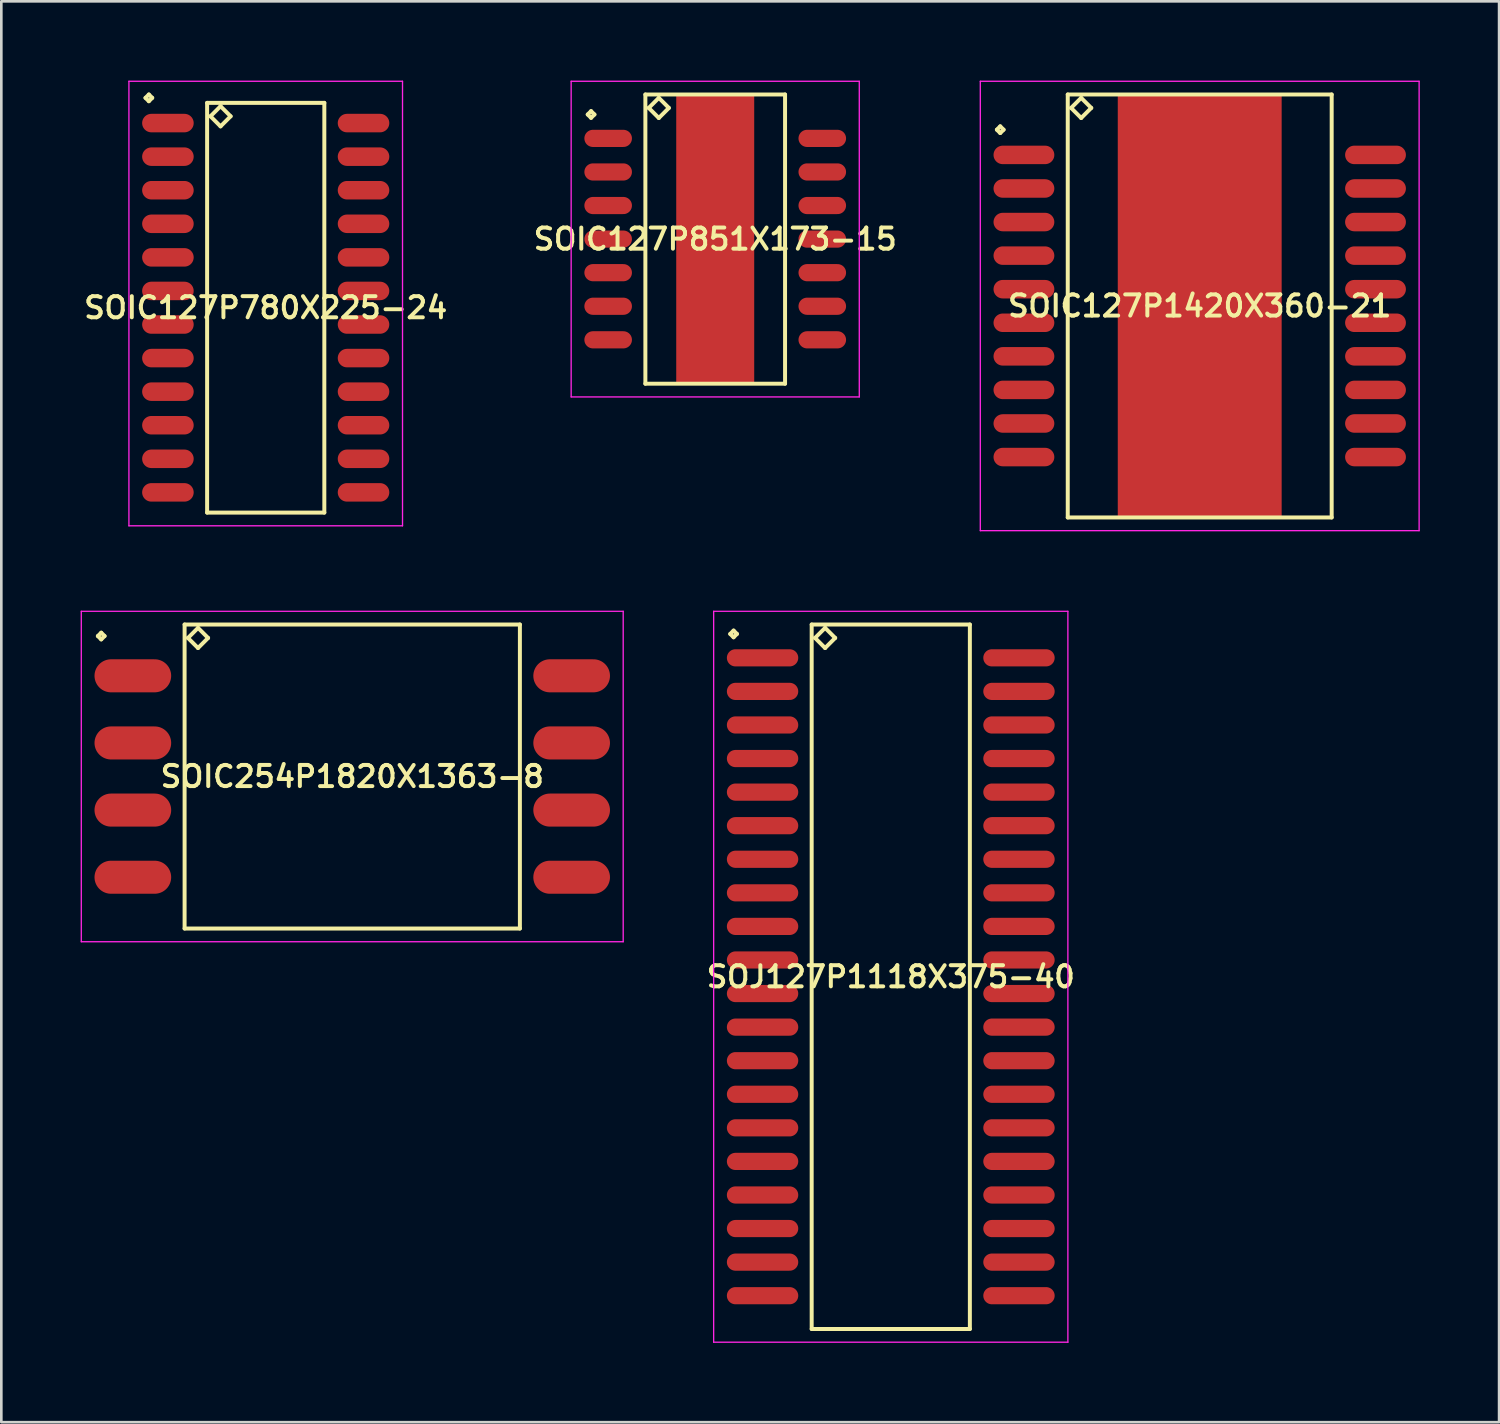
<source format=kicad_pcb>
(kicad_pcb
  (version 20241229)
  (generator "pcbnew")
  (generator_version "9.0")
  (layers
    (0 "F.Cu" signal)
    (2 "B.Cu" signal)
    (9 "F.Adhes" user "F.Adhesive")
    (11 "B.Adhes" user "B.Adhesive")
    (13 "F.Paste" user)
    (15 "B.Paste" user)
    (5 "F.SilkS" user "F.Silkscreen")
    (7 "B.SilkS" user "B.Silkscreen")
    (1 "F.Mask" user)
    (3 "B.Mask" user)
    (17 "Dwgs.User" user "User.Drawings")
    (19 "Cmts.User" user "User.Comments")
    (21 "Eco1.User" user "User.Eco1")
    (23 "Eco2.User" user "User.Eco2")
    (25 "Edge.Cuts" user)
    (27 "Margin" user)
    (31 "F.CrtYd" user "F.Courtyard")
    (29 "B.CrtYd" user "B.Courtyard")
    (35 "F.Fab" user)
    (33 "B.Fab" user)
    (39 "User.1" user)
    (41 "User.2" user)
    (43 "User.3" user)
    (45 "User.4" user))
  (footprint "SOIC127P1420X360-21"
    (layer "F.Cu")
    (at 42.334 8.525)
    (property "Reference" "SOIC127P1420X360-21" (at 0 0 0) (layer "F.SilkS") (effects (font (size 0.8 0.8) (thickness 0.15))))
    (attr smd)
    (fp_line (start -7.673 -6.669) (end -7.546 -6.796) (stroke (width 0.15) (type solid)) (layer "F.SilkS"))
    (fp_line (start -7.546 -6.796) (end -7.419 -6.669) (stroke (width 0.15) (type solid)) (layer "F.SilkS"))
    (fp_line (start -7.546 -6.542) (end -7.673 -6.669) (stroke (width 0.15) (type solid)) (layer "F.SilkS"))
    (fp_line (start -7.419 -6.669) (end -7.546 -6.542) (stroke (width 0.15) (type solid)) (layer "F.SilkS"))
    (fp_line (start -4.992 -8) (end -4.992 8) (stroke (width 0.15) (type solid)) (layer "F.SilkS"))
    (fp_line (start -4.992 8) (end 4.992 8) (stroke (width 0.15) (type solid)) (layer "F.SilkS"))
    (fp_line (start -4.865 -7.492) (end -4.484 -7.873) (stroke (width 0.15) (type solid)) (layer "F.SilkS"))
    (fp_line (start -4.484 -7.873) (end -4.103 -7.492) (stroke (width 0.15) (type solid)) (layer "F.SilkS"))
    (fp_line (start -4.484 -7.111) (end -4.865 -7.492) (stroke (width 0.15) (type solid)) (layer "F.SilkS"))
    (fp_line (start -4.103 -7.492) (end -4.484 -7.111) (stroke (width 0.15) (type solid)) (layer "F.SilkS"))
    (fp_line (start 4.992 -8) (end -4.992 -8) (stroke (width 0.15) (type solid)) (layer "F.SilkS"))
    (fp_line (start 4.992 8) (end 4.992 -8) (stroke (width 0.15) (type solid)) (layer "F.SilkS"))
    (fp_line (start -8.3 -8.5) (end 8.3 -8.5) (stroke (width 0.05) (type solid)) (layer "F.CrtYd"))
    (fp_line (start -8.3 8.5) (end -8.3 -8.5) (stroke (width 0.05) (type solid)) (layer "F.CrtYd"))
    (fp_line (start 8.3 -8.5) (end 8.3 8.5) (stroke (width 0.05) (type solid)) (layer "F.CrtYd"))
    (fp_line (start 8.3 8.5) (end -8.3 8.5) (stroke (width 0.05) (type solid)) (layer "F.CrtYd"))
    (pad "1" smd oval (at -6.65 -5.715) (size 2.3 0.7) (layers "F.Cu" "F.Mask" "F.Paste"))
    (pad "2" smd oval (at -6.65 -4.445) (size 2.3 0.7) (layers "F.Cu" "F.Mask" "F.Paste"))
    (pad "3" smd oval (at -6.65 -3.175) (size 2.3 0.7) (layers "F.Cu" "F.Mask" "F.Paste"))
    (pad "4" smd oval (at -6.65 -1.905) (size 2.3 0.7) (layers "F.Cu" "F.Mask" "F.Paste"))
    (pad "5" smd oval (at -6.65 -0.635) (size 2.3 0.7) (layers "F.Cu" "F.Mask" "F.Paste"))
    (pad "6" smd oval (at -6.65 0.635) (size 2.3 0.7) (layers "F.Cu" "F.Mask" "F.Paste"))
    (pad "7" smd oval (at -6.65 1.905) (size 2.3 0.7) (layers "F.Cu" "F.Mask" "F.Paste"))
    (pad "8" smd oval (at -6.65 3.175) (size 2.3 0.7) (layers "F.Cu" "F.Mask" "F.Paste"))
    (pad "9" smd oval (at -6.65 4.445) (size 2.3 0.7) (layers "F.Cu" "F.Mask" "F.Paste"))
    (pad "10" smd oval (at -6.65 5.715) (size 2.3 0.7) (layers "F.Cu" "F.Mask" "F.Paste"))
    (pad "11" smd oval (at 6.65 5.715) (size 2.3 0.7) (layers "F.Cu" "F.Mask" "F.Paste"))
    (pad "12" smd oval (at 6.65 4.445) (size 2.3 0.7) (layers "F.Cu" "F.Mask" "F.Paste"))
    (pad "13" smd oval (at 6.65 3.175) (size 2.3 0.7) (layers "F.Cu" "F.Mask" "F.Paste"))
    (pad "14" smd oval (at 6.65 1.905) (size 2.3 0.7) (layers "F.Cu" "F.Mask" "F.Paste"))
    (pad "15" smd oval (at 6.65 0.635) (size 2.3 0.7) (layers "F.Cu" "F.Mask" "F.Paste"))
    (pad "16" smd oval (at 6.65 -0.635) (size 2.3 0.7) (layers "F.Cu" "F.Mask" "F.Paste"))
    (pad "17" smd oval (at 6.65 -1.905) (size 2.3 0.7) (layers "F.Cu" "F.Mask" "F.Paste"))
    (pad "18" smd oval (at 6.65 -3.175) (size 2.3 0.7) (layers "F.Cu" "F.Mask" "F.Paste"))
    (pad "19" smd oval (at 6.65 -4.445) (size 2.3 0.7) (layers "F.Cu" "F.Mask" "F.Paste"))
    (pad "20" smd oval (at 6.65 -5.715) (size 2.3 0.7) (layers "F.Cu" "F.Mask" "F.Paste"))
    (pad "21" smd rect (at 0 0) (size 6.2 16) (layers "F.Cu" "F.Mask" "F.Paste")))
  (footprint "SOIC127P851X173-15"
    (layer "F.Cu")
    (at 24.006 5.995)
    (property "Reference" "SOIC127P851X173-15" (at 0 0 0) (layer "F.SilkS") (effects (font (size 0.8 0.8) (thickness 0.15))))
    (attr smd)
    (fp_line (start -4.823 -4.714) (end -4.696 -4.841) (stroke (width 0.15) (type solid)) (layer "F.SilkS"))
    (fp_line (start -4.696 -4.841) (end -4.569 -4.714) (stroke (width 0.15) (type solid)) (layer "F.SilkS"))
    (fp_line (start -4.696 -4.587) (end -4.823 -4.714) (stroke (width 0.15) (type solid)) (layer "F.SilkS"))
    (fp_line (start -4.569 -4.714) (end -4.696 -4.587) (stroke (width 0.15) (type solid)) (layer "F.SilkS"))
    (fp_line (start -2.642 -5.47) (end -2.642 5.47) (stroke (width 0.15) (type solid)) (layer "F.SilkS"))
    (fp_line (start -2.642 5.47) (end 2.642 5.47) (stroke (width 0.15) (type solid)) (layer "F.SilkS"))
    (fp_line (start -2.515 -4.962) (end -2.134 -5.343) (stroke (width 0.15) (type solid)) (layer "F.SilkS"))
    (fp_line (start -2.134 -5.343) (end -1.753 -4.962) (stroke (width 0.15) (type solid)) (layer "F.SilkS"))
    (fp_line (start -2.134 -4.581) (end -2.515 -4.962) (stroke (width 0.15) (type solid)) (layer "F.SilkS"))
    (fp_line (start -1.753 -4.962) (end -2.134 -4.581) (stroke (width 0.15) (type solid)) (layer "F.SilkS"))
    (fp_line (start 2.642 -5.47) (end -2.642 -5.47) (stroke (width 0.15) (type solid)) (layer "F.SilkS"))
    (fp_line (start 2.642 5.47) (end 2.642 -5.47) (stroke (width 0.15) (type solid)) (layer "F.SilkS"))
    (fp_line (start -5.45 -5.97) (end 5.45 -5.97) (stroke (width 0.05) (type solid)) (layer "F.CrtYd"))
    (fp_line (start -5.45 5.97) (end -5.45 -5.97) (stroke (width 0.05) (type solid)) (layer "F.CrtYd"))
    (fp_line (start 5.45 -5.97) (end 5.45 5.97) (stroke (width 0.05) (type solid)) (layer "F.CrtYd"))
    (fp_line (start 5.45 5.97) (end -5.45 5.97) (stroke (width 0.05) (type solid)) (layer "F.CrtYd"))
    (pad "1" smd oval (at -4.05 -3.81) (size 1.8 0.65) (layers "F.Cu" "F.Mask" "F.Paste"))
    (pad "2" smd oval (at -4.05 -2.54) (size 1.8 0.65) (layers "F.Cu" "F.Mask" "F.Paste"))
    (pad "3" smd oval (at -4.05 -1.27) (size 1.8 0.65) (layers "F.Cu" "F.Mask" "F.Paste"))
    (pad "4" smd oval (at -4.05 0) (size 1.8 0.65) (layers "F.Cu" "F.Mask" "F.Paste"))
    (pad "5" smd oval (at -4.05 1.27) (size 1.8 0.65) (layers "F.Cu" "F.Mask" "F.Paste"))
    (pad "6" smd oval (at -4.05 2.54) (size 1.8 0.65) (layers "F.Cu" "F.Mask" "F.Paste"))
    (pad "7" smd oval (at -4.05 3.81) (size 1.8 0.65) (layers "F.Cu" "F.Mask" "F.Paste"))
    (pad "8" smd oval (at 4.05 3.81) (size 1.8 0.65) (layers "F.Cu" "F.Mask" "F.Paste"))
    (pad "9" smd oval (at 4.05 2.54) (size 1.8 0.65) (layers "F.Cu" "F.Mask" "F.Paste"))
    (pad "10" smd oval (at 4.05 1.27) (size 1.8 0.65) (layers "F.Cu" "F.Mask" "F.Paste"))
    (pad "11" smd oval (at 4.05 0) (size 1.8 0.65) (layers "F.Cu" "F.Mask" "F.Paste"))
    (pad "12" smd oval (at 4.05 -1.27) (size 1.8 0.65) (layers "F.Cu" "F.Mask" "F.Paste"))
    (pad "13" smd oval (at 4.05 -2.54) (size 1.8 0.65) (layers "F.Cu" "F.Mask" "F.Paste"))
    (pad "14" smd oval (at 4.05 -3.81) (size 1.8 0.65) (layers "F.Cu" "F.Mask" "F.Paste"))
    (pad "15" smd rect (at 0 0) (size 2.95 10.9) (layers "F.Cu" "F.Mask" "F.Paste")))
  (footprint "SOIC254P1820X1363-8"
    (layer "F.Cu")
    (at 10.275 26.325)
    (property "Reference" "SOIC254P1820X1363-8" (at 0 0 0) (layer "F.SilkS") (effects (font (size 0.8 0.8) (thickness 0.15))))
    (attr smd)
    (fp_line (start -9.623 -5.314) (end -9.496 -5.441) (stroke (width 0.15) (type solid)) (layer "F.SilkS"))
    (fp_line (start -9.496 -5.441) (end -9.369 -5.314) (stroke (width 0.15) (type solid)) (layer "F.SilkS"))
    (fp_line (start -9.496 -5.187) (end -9.623 -5.314) (stroke (width 0.15) (type solid)) (layer "F.SilkS"))
    (fp_line (start -9.369 -5.314) (end -9.496 -5.187) (stroke (width 0.15) (type solid)) (layer "F.SilkS"))
    (fp_line (start -6.342 -5.75) (end -6.342 5.75) (stroke (width 0.15) (type solid)) (layer "F.SilkS"))
    (fp_line (start -6.342 5.75) (end 6.342 5.75) (stroke (width 0.15) (type solid)) (layer "F.SilkS"))
    (fp_line (start -6.215 -5.242) (end -5.834 -5.623) (stroke (width 0.15) (type solid)) (layer "F.SilkS"))
    (fp_line (start -5.834 -5.623) (end -5.453 -5.242) (stroke (width 0.15) (type solid)) (layer "F.SilkS"))
    (fp_line (start -5.834 -4.861) (end -6.215 -5.242) (stroke (width 0.15) (type solid)) (layer "F.SilkS"))
    (fp_line (start -5.453 -5.242) (end -5.834 -4.861) (stroke (width 0.15) (type solid)) (layer "F.SilkS"))
    (fp_line (start 6.342 -5.75) (end -6.342 -5.75) (stroke (width 0.15) (type solid)) (layer "F.SilkS"))
    (fp_line (start 6.342 5.75) (end 6.342 -5.75) (stroke (width 0.15) (type solid)) (layer "F.SilkS"))
    (fp_line (start -10.25 -6.25) (end 10.25 -6.25) (stroke (width 0.05) (type solid)) (layer "F.CrtYd"))
    (fp_line (start -10.25 6.25) (end -10.25 -6.25) (stroke (width 0.05) (type solid)) (layer "F.CrtYd"))
    (fp_line (start 10.25 -6.25) (end 10.25 6.25) (stroke (width 0.05) (type solid)) (layer "F.CrtYd"))
    (fp_line (start 10.25 6.25) (end -10.25 6.25) (stroke (width 0.05) (type solid)) (layer "F.CrtYd"))
    (pad "1" smd oval (at -8.3 -3.81) (size 2.9 1.25) (layers "F.Cu" "F.Mask" "F.Paste"))
    (pad "2" smd oval (at -8.3 -1.27) (size 2.9 1.25) (layers "F.Cu" "F.Mask" "F.Paste"))
    (pad "3" smd oval (at -8.3 1.27) (size 2.9 1.25) (layers "F.Cu" "F.Mask" "F.Paste"))
    (pad "4" smd oval (at -8.3 3.81) (size 2.9 1.25) (layers "F.Cu" "F.Mask" "F.Paste"))
    (pad "5" smd oval (at 8.3 3.81) (size 2.9 1.25) (layers "F.Cu" "F.Mask" "F.Paste"))
    (pad "6" smd oval (at 8.3 1.27) (size 2.9 1.25) (layers "F.Cu" "F.Mask" "F.Paste"))
    (pad "7" smd oval (at 8.3 -1.27) (size 2.9 1.25) (layers "F.Cu" "F.Mask" "F.Paste"))
    (pad "8" smd oval (at 8.3 -3.81) (size 2.9 1.25) (layers "F.Cu" "F.Mask" "F.Paste")))
  (footprint "SOIC127P780X225-24"
    (layer "F.Cu")
    (at 7.002 8.591)
    (property "Reference" "SOIC127P780X225-24" (at 0 0 0) (layer "F.SilkS") (effects (font (size 0.8 0.8) (thickness 0.15))))
    (attr smd)
    (fp_line (start -4.548 -7.939) (end -4.421 -8.066) (stroke (width 0.15) (type solid)) (layer "F.SilkS"))
    (fp_line (start -4.421 -8.066) (end -4.294 -7.939) (stroke (width 0.15) (type solid)) (layer "F.SilkS"))
    (fp_line (start -4.421 -7.812) (end -4.548 -7.939) (stroke (width 0.15) (type solid)) (layer "F.SilkS"))
    (fp_line (start -4.294 -7.939) (end -4.421 -7.812) (stroke (width 0.15) (type solid)) (layer "F.SilkS"))
    (fp_line (start -2.217 -7.75) (end -2.217 7.75) (stroke (width 0.15) (type solid)) (layer "F.SilkS"))
    (fp_line (start -2.217 7.75) (end 2.217 7.75) (stroke (width 0.15) (type solid)) (layer "F.SilkS"))
    (fp_line (start -2.09 -7.242) (end -1.709 -7.623) (stroke (width 0.15) (type solid)) (layer "F.SilkS"))
    (fp_line (start -1.709 -7.623) (end -1.328 -7.242) (stroke (width 0.15) (type solid)) (layer "F.SilkS"))
    (fp_line (start -1.709 -6.861) (end -2.09 -7.242) (stroke (width 0.15) (type solid)) (layer "F.SilkS"))
    (fp_line (start -1.328 -7.242) (end -1.709 -6.861) (stroke (width 0.15) (type solid)) (layer "F.SilkS"))
    (fp_line (start 2.217 -7.75) (end -2.217 -7.75) (stroke (width 0.15) (type solid)) (layer "F.SilkS"))
    (fp_line (start 2.217 7.75) (end 2.217 -7.75) (stroke (width 0.15) (type solid)) (layer "F.SilkS"))
    (fp_line (start -5.175 -8.566) (end 5.175 -8.566) (stroke (width 0.05) (type solid)) (layer "F.CrtYd"))
    (fp_line (start -5.175 8.25) (end -5.175 -8.566) (stroke (width 0.05) (type solid)) (layer "F.CrtYd"))
    (fp_line (start 5.175 -8.566) (end 5.175 8.25) (stroke (width 0.05) (type solid)) (layer "F.CrtYd"))
    (fp_line (start 5.175 8.25) (end -5.175 8.25) (stroke (width 0.05) (type solid)) (layer "F.CrtYd"))
    (pad "1" smd oval (at -3.7 -6.985) (size 1.95 0.7) (layers "F.Cu" "F.Mask" "F.Paste"))
    (pad "2" smd oval (at -3.7 -5.715) (size 1.95 0.7) (layers "F.Cu" "F.Mask" "F.Paste"))
    (pad "3" smd oval (at -3.7 -4.445) (size 1.95 0.7) (layers "F.Cu" "F.Mask" "F.Paste"))
    (pad "4" smd oval (at -3.7 -3.175) (size 1.95 0.7) (layers "F.Cu" "F.Mask" "F.Paste"))
    (pad "5" smd oval (at -3.7 -1.905) (size 1.95 0.7) (layers "F.Cu" "F.Mask" "F.Paste"))
    (pad "6" smd oval (at -3.7 -0.635) (size 1.95 0.7) (layers "F.Cu" "F.Mask" "F.Paste"))
    (pad "7" smd oval (at -3.7 0.635) (size 1.95 0.7) (layers "F.Cu" "F.Mask" "F.Paste"))
    (pad "8" smd oval (at -3.7 1.905) (size 1.95 0.7) (layers "F.Cu" "F.Mask" "F.Paste"))
    (pad "9" smd oval (at -3.7 3.175) (size 1.95 0.7) (layers "F.Cu" "F.Mask" "F.Paste"))
    (pad "10" smd oval (at -3.7 4.445) (size 1.95 0.7) (layers "F.Cu" "F.Mask" "F.Paste"))
    (pad "11" smd oval (at -3.7 5.715) (size 1.95 0.7) (layers "F.Cu" "F.Mask" "F.Paste"))
    (pad "12" smd oval (at -3.7 6.985) (size 1.95 0.7) (layers "F.Cu" "F.Mask" "F.Paste"))
    (pad "13" smd oval (at 3.7 6.985) (size 1.95 0.7) (layers "F.Cu" "F.Mask" "F.Paste"))
    (pad "14" smd oval (at 3.7 5.715) (size 1.95 0.7) (layers "F.Cu" "F.Mask" "F.Paste"))
    (pad "15" smd oval (at 3.7 4.445) (size 1.95 0.7) (layers "F.Cu" "F.Mask" "F.Paste"))
    (pad "16" smd oval (at 3.7 3.175) (size 1.95 0.7) (layers "F.Cu" "F.Mask" "F.Paste"))
    (pad "17" smd oval (at 3.7 1.905) (size 1.95 0.7) (layers "F.Cu" "F.Mask" "F.Paste"))
    (pad "18" smd oval (at 3.7 0.635) (size 1.95 0.7) (layers "F.Cu" "F.Mask" "F.Paste"))
    (pad "19" smd oval (at 3.7 -0.635) (size 1.95 0.7) (layers "F.Cu" "F.Mask" "F.Paste"))
    (pad "20" smd oval (at 3.7 -1.905) (size 1.95 0.7) (layers "F.Cu" "F.Mask" "F.Paste"))
    (pad "21" smd oval (at 3.7 -3.175) (size 1.95 0.7) (layers "F.Cu" "F.Mask" "F.Paste"))
    (pad "22" smd oval (at 3.7 -4.445) (size 1.95 0.7) (layers "F.Cu" "F.Mask" "F.Paste"))
    (pad "23" smd oval (at 3.7 -5.715) (size 1.95 0.7) (layers "F.Cu" "F.Mask" "F.Paste"))
    (pad "24" smd oval (at 3.7 -6.985) (size 1.95 0.7) (layers "F.Cu" "F.Mask" "F.Paste")))
  (footprint "SOJ127P1118X375-40"
    (layer "F.Cu")
    (at 30.647 33.9)
    (property "Reference" "SOJ127P1118X375-40" (at 0 0 0) (layer "F.SilkS") (effects (font (size 0.8 0.8) (thickness 0.15))))
    (attr smd)
    (fp_line (start -6.073 -12.969) (end -5.946 -13.096) (stroke (width 0.15) (type solid)) (layer "F.SilkS"))
    (fp_line (start -5.946 -13.096) (end -5.819 -12.969) (stroke (width 0.15) (type solid)) (layer "F.SilkS"))
    (fp_line (start -5.946 -12.842) (end -6.073 -12.969) (stroke (width 0.15) (type solid)) (layer "F.SilkS"))
    (fp_line (start -5.819 -12.969) (end -5.946 -12.842) (stroke (width 0.15) (type solid)) (layer "F.SilkS"))
    (fp_line (start -2.992 -13.325) (end -2.992 13.325) (stroke (width 0.15) (type solid)) (layer "F.SilkS"))
    (fp_line (start -2.992 13.325) (end 2.992 13.325) (stroke (width 0.15) (type solid)) (layer "F.SilkS"))
    (fp_line (start -2.865 -12.817) (end -2.484 -13.198) (stroke (width 0.15) (type solid)) (layer "F.SilkS"))
    (fp_line (start -2.484 -13.198) (end -2.103 -12.817) (stroke (width 0.15) (type solid)) (layer "F.SilkS"))
    (fp_line (start -2.484 -12.436) (end -2.865 -12.817) (stroke (width 0.15) (type solid)) (layer "F.SilkS"))
    (fp_line (start -2.103 -12.817) (end -2.484 -12.436) (stroke (width 0.15) (type solid)) (layer "F.SilkS"))
    (fp_line (start 2.992 -13.325) (end -2.992 -13.325) (stroke (width 0.15) (type solid)) (layer "F.SilkS"))
    (fp_line (start 2.992 13.325) (end 2.992 -13.325) (stroke (width 0.15) (type solid)) (layer "F.SilkS"))
    (fp_line (start -6.7 -13.825) (end 6.7 -13.825) (stroke (width 0.05) (type solid)) (layer "F.CrtYd"))
    (fp_line (start -6.7 13.825) (end -6.7 -13.825) (stroke (width 0.05) (type solid)) (layer "F.CrtYd"))
    (fp_line (start 6.7 -13.825) (end 6.7 13.825) (stroke (width 0.05) (type solid)) (layer "F.CrtYd"))
    (fp_line (start 6.7 13.825) (end -6.7 13.825) (stroke (width 0.05) (type solid)) (layer "F.CrtYd"))
    (pad "1" smd oval (at -4.85 -12.065) (size 2.7 0.65) (layers "F.Cu" "F.Mask" "F.Paste"))
    (pad "2" smd oval (at -4.85 -10.795) (size 2.7 0.65) (layers "F.Cu" "F.Mask" "F.Paste"))
    (pad "3" smd oval (at -4.85 -9.525) (size 2.7 0.65) (layers "F.Cu" "F.Mask" "F.Paste"))
    (pad "4" smd oval (at -4.85 -8.255) (size 2.7 0.65) (layers "F.Cu" "F.Mask" "F.Paste"))
    (pad "5" smd oval (at -4.85 -6.985) (size 2.7 0.65) (layers "F.Cu" "F.Mask" "F.Paste"))
    (pad "6" smd oval (at -4.85 -5.715) (size 2.7 0.65) (layers "F.Cu" "F.Mask" "F.Paste"))
    (pad "7" smd oval (at -4.85 -4.445) (size 2.7 0.65) (layers "F.Cu" "F.Mask" "F.Paste"))
    (pad "8" smd oval (at -4.85 -3.175) (size 2.7 0.65) (layers "F.Cu" "F.Mask" "F.Paste"))
    (pad "9" smd oval (at -4.85 -1.905) (size 2.7 0.65) (layers "F.Cu" "F.Mask" "F.Paste"))
    (pad "10" smd oval (at -4.85 -0.635) (size 2.7 0.65) (layers "F.Cu" "F.Mask" "F.Paste"))
    (pad "11" smd oval (at -4.85 0.635) (size 2.7 0.65) (layers "F.Cu" "F.Mask" "F.Paste"))
    (pad "12" smd oval (at -4.85 1.905) (size 2.7 0.65) (layers "F.Cu" "F.Mask" "F.Paste"))
    (pad "13" smd oval (at -4.85 3.175) (size 2.7 0.65) (layers "F.Cu" "F.Mask" "F.Paste"))
    (pad "14" smd oval (at -4.85 4.445) (size 2.7 0.65) (layers "F.Cu" "F.Mask" "F.Paste"))
    (pad "15" smd oval (at -4.85 5.715) (size 2.7 0.65) (layers "F.Cu" "F.Mask" "F.Paste"))
    (pad "16" smd oval (at -4.85 6.985) (size 2.7 0.65) (layers "F.Cu" "F.Mask" "F.Paste"))
    (pad "17" smd oval (at -4.85 8.255) (size 2.7 0.65) (layers "F.Cu" "F.Mask" "F.Paste"))
    (pad "18" smd oval (at -4.85 9.525) (size 2.7 0.65) (layers "F.Cu" "F.Mask" "F.Paste"))
    (pad "19" smd oval (at -4.85 10.795) (size 2.7 0.65) (layers "F.Cu" "F.Mask" "F.Paste"))
    (pad "20" smd oval (at -4.85 12.065) (size 2.7 0.65) (layers "F.Cu" "F.Mask" "F.Paste"))
    (pad "21" smd oval (at 4.85 12.065) (size 2.7 0.65) (layers "F.Cu" "F.Mask" "F.Paste"))
    (pad "22" smd oval (at 4.85 10.795) (size 2.7 0.65) (layers "F.Cu" "F.Mask" "F.Paste"))
    (pad "23" smd oval (at 4.85 9.525) (size 2.7 0.65) (layers "F.Cu" "F.Mask" "F.Paste"))
    (pad "24" smd oval (at 4.85 8.255) (size 2.7 0.65) (layers "F.Cu" "F.Mask" "F.Paste"))
    (pad "25" smd oval (at 4.85 6.985) (size 2.7 0.65) (layers "F.Cu" "F.Mask" "F.Paste"))
    (pad "26" smd oval (at 4.85 5.715) (size 2.7 0.65) (layers "F.Cu" "F.Mask" "F.Paste"))
    (pad "27" smd oval (at 4.85 4.445) (size 2.7 0.65) (layers "F.Cu" "F.Mask" "F.Paste"))
    (pad "28" smd oval (at 4.85 3.175) (size 2.7 0.65) (layers "F.Cu" "F.Mask" "F.Paste"))
    (pad "29" smd oval (at 4.85 1.905) (size 2.7 0.65) (layers "F.Cu" "F.Mask" "F.Paste"))
    (pad "30" smd oval (at 4.85 0.635) (size 2.7 0.65) (layers "F.Cu" "F.Mask" "F.Paste"))
    (pad "31" smd oval (at 4.85 -0.635) (size 2.7 0.65) (layers "F.Cu" "F.Mask" "F.Paste"))
    (pad "32" smd oval (at 4.85 -1.905) (size 2.7 0.65) (layers "F.Cu" "F.Mask" "F.Paste"))
    (pad "33" smd oval (at 4.85 -3.175) (size 2.7 0.65) (layers "F.Cu" "F.Mask" "F.Paste"))
    (pad "34" smd oval (at 4.85 -4.445) (size 2.7 0.65) (layers "F.Cu" "F.Mask" "F.Paste"))
    (pad "35" smd oval (at 4.85 -5.715) (size 2.7 0.65) (layers "F.Cu" "F.Mask" "F.Paste"))
    (pad "36" smd oval (at 4.85 -6.985) (size 2.7 0.65) (layers "F.Cu" "F.Mask" "F.Paste"))
    (pad "37" smd oval (at 4.85 -8.255) (size 2.7 0.65) (layers "F.Cu" "F.Mask" "F.Paste"))
    (pad "38" smd oval (at 4.85 -9.525) (size 2.7 0.65) (layers "F.Cu" "F.Mask" "F.Paste"))
    (pad "39" smd oval (at 4.85 -10.795) (size 2.7 0.65) (layers "F.Cu" "F.Mask" "F.Paste"))
    (pad "40" smd oval (at 4.85 -12.065) (size 2.7 0.65) (layers "F.Cu" "F.Mask" "F.Paste")))
  (gr_rect
    (start -3 -3)
    (end 53.659 50.75)
    (stroke (width 0.1) (type default))
    (fill no)
    (layer "Edge.Cuts")))
</source>
